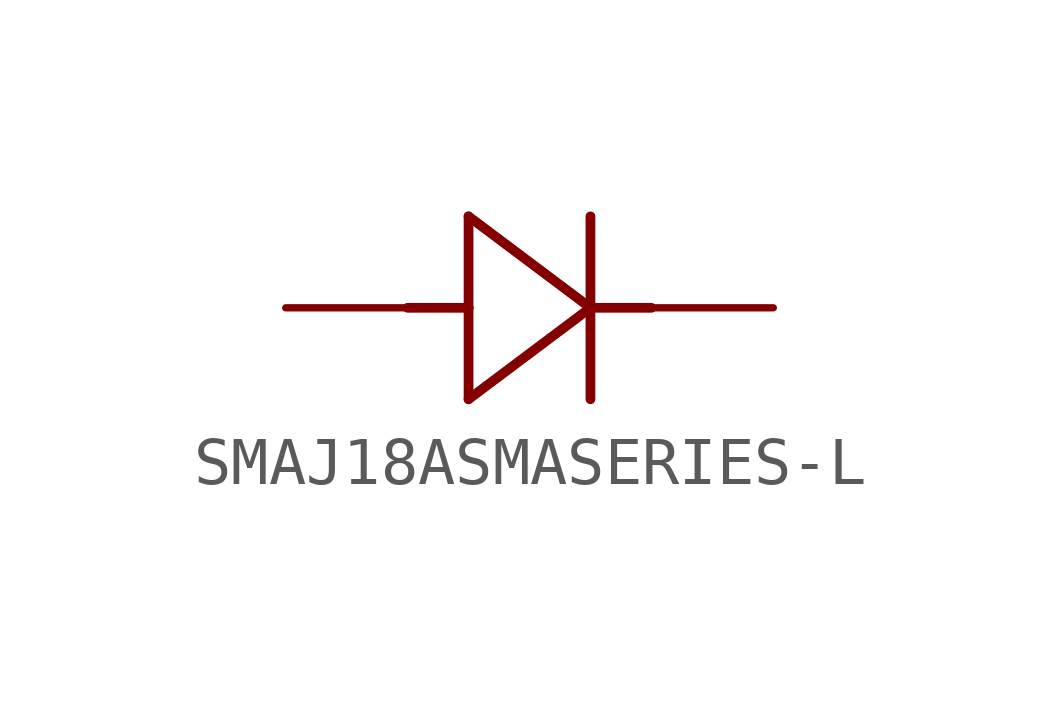
<source format=kicad_sym>
(kicad_symbol_lib
  (version 20231120)
  (generator "kicad_symbol_editor")
  (generator_version "8.0")
  (symbol "SMAJ18ASMASERIES-L"
    (property "Reference" "CR"
      (at -2.819 2.692 0)
      (effects (font (size 3.48 2.958)) (justify left bottom) (hide yes)))
    (property "ki_locked" ""
      (at 0 0 0)
      (effects (font (size 1.27 1.27))))
    (symbol "SMAJ18ASMASERIES-L_1_0"
      (polyline (pts (xy 2.54 0) (xy 3.81 0)) (stroke (width 0.203) (type solid)) (fill (type none)))
      (polyline (pts (xy 3.81 -1.905) (xy 6.35 0)) (stroke (width 0.203) (type solid)) (fill (type none)))
      (polyline (pts (xy 3.81 0) (xy 3.81 -1.905)) (stroke (width 0.203) (type solid)) (fill (type none)))
      (polyline (pts (xy 3.81 1.905) (xy 3.81 0)) (stroke (width 0.203) (type solid)) (fill (type none)))
      (polyline (pts (xy 6.35 -1.905) (xy 6.35 0)) (stroke (width 0.203) (type solid)) (fill (type none)))
      (polyline (pts (xy 6.35 0) (xy 3.81 1.905)) (stroke (width 0.203) (type solid)) (fill (type none)))
      (polyline (pts (xy 6.35 0) (xy 6.35 1.905)) (stroke (width 0.203) (type solid)) (fill (type none)))
      (polyline (pts (xy 6.35 0) (xy 7.62 0)) (stroke (width 0.203) (type solid)) (fill (type none)))
      (pin passive line (at 10.16 0 180) (length 2.54) (name "1" (effects (font (size 0 0)))) (number "1" (effects (font (size 0 0)))))
      (pin passive line (at 0 0 0) (length 2.54) (name "2" (effects (font (size 0 0)))) (number "2" (effects (font (size 0 0))))))))
</source>
